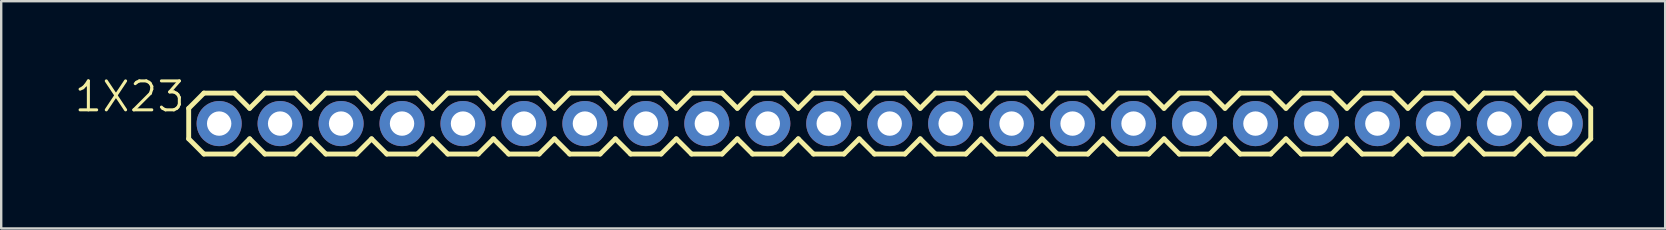
<source format=kicad_pcb>
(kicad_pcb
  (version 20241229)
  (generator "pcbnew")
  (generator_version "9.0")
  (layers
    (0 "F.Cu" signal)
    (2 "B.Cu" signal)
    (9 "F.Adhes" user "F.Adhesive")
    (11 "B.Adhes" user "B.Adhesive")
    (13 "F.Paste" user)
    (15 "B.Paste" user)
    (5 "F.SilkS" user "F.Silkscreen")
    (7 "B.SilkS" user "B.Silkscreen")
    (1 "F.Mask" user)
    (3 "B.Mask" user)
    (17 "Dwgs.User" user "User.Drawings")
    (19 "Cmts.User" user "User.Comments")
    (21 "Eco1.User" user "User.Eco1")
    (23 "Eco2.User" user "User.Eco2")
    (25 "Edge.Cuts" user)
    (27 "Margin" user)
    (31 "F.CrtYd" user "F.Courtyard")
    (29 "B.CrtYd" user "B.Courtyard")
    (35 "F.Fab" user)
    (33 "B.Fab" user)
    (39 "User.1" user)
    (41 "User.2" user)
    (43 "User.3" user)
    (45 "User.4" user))
  (footprint "1X23"
    (layer "F.Cu")
    (at 32.752 2.099)
    (property "Reference" "1X23" (at -28.016 -1.829 0) (layer "F.SilkS") (effects (font (size 1.206 1.206) (thickness 0.127)) (justify right top)))
    (attr through_hole)
    (fp_line (start -27.94 -0.635) (end -27.94 0.635) (stroke (width 0.203) (type solid)) (layer "F.SilkS"))
    (fp_line (start -27.94 -0.635) (end -27.305 -1.27) (stroke (width 0.203) (type solid)) (layer "F.SilkS"))
    (fp_line (start -27.305 -1.27) (end -26.035 -1.27) (stroke (width 0.203) (type solid)) (layer "F.SilkS"))
    (fp_line (start -27.305 1.27) (end -27.94 0.635) (stroke (width 0.203) (type solid)) (layer "F.SilkS"))
    (fp_line (start -26.035 -1.27) (end -25.4 -0.635) (stroke (width 0.203) (type solid)) (layer "F.SilkS"))
    (fp_line (start -26.035 1.27) (end -27.305 1.27) (stroke (width 0.203) (type solid)) (layer "F.SilkS"))
    (fp_line (start -25.4 -0.635) (end -24.765 -1.27) (stroke (width 0.203) (type solid)) (layer "F.SilkS"))
    (fp_line (start -25.4 0.635) (end -26.035 1.27) (stroke (width 0.203) (type solid)) (layer "F.SilkS"))
    (fp_line (start -24.765 -1.27) (end -23.495 -1.27) (stroke (width 0.203) (type solid)) (layer "F.SilkS"))
    (fp_line (start -24.765 1.27) (end -25.4 0.635) (stroke (width 0.203) (type solid)) (layer "F.SilkS"))
    (fp_line (start -23.495 -1.27) (end -22.86 -0.635) (stroke (width 0.203) (type solid)) (layer "F.SilkS"))
    (fp_line (start -23.495 1.27) (end -24.765 1.27) (stroke (width 0.203) (type solid)) (layer "F.SilkS"))
    (fp_line (start -22.86 0.635) (end -23.495 1.27) (stroke (width 0.203) (type solid)) (layer "F.SilkS"))
    (fp_line (start -22.86 0.635) (end -22.225 1.27) (stroke (width 0.203) (type solid)) (layer "F.SilkS"))
    (fp_line (start -22.225 -1.27) (end -22.86 -0.635) (stroke (width 0.203) (type solid)) (layer "F.SilkS"))
    (fp_line (start -22.225 -1.27) (end -20.955 -1.27) (stroke (width 0.203) (type solid)) (layer "F.SilkS"))
    (fp_line (start -20.955 -1.27) (end -20.32 -0.635) (stroke (width 0.203) (type solid)) (layer "F.SilkS"))
    (fp_line (start -20.955 1.27) (end -22.225 1.27) (stroke (width 0.203) (type solid)) (layer "F.SilkS"))
    (fp_line (start -20.32 -0.635) (end -19.685 -1.27) (stroke (width 0.203) (type solid)) (layer "F.SilkS"))
    (fp_line (start -20.32 0.635) (end -20.955 1.27) (stroke (width 0.203) (type solid)) (layer "F.SilkS"))
    (fp_line (start -19.685 -1.27) (end -18.415 -1.27) (stroke (width 0.203) (type solid)) (layer "F.SilkS"))
    (fp_line (start -19.685 1.27) (end -20.32 0.635) (stroke (width 0.203) (type solid)) (layer "F.SilkS"))
    (fp_line (start -18.415 -1.27) (end -17.78 -0.635) (stroke (width 0.203) (type solid)) (layer "F.SilkS"))
    (fp_line (start -18.415 1.27) (end -19.685 1.27) (stroke (width 0.203) (type solid)) (layer "F.SilkS"))
    (fp_line (start -17.78 -0.635) (end -17.145 -1.27) (stroke (width 0.203) (type solid)) (layer "F.SilkS"))
    (fp_line (start -17.78 0.635) (end -18.415 1.27) (stroke (width 0.203) (type solid)) (layer "F.SilkS"))
    (fp_line (start -17.145 -1.27) (end -15.875 -1.27) (stroke (width 0.203) (type solid)) (layer "F.SilkS"))
    (fp_line (start -17.145 1.27) (end -17.78 0.635) (stroke (width 0.203) (type solid)) (layer "F.SilkS"))
    (fp_line (start -15.875 -1.27) (end -15.24 -0.635) (stroke (width 0.203) (type solid)) (layer "F.SilkS"))
    (fp_line (start -15.875 1.27) (end -17.145 1.27) (stroke (width 0.203) (type solid)) (layer "F.SilkS"))
    (fp_line (start -15.24 0.635) (end -15.875 1.27) (stroke (width 0.203) (type solid)) (layer "F.SilkS"))
    (fp_line (start -15.24 0.635) (end -14.605 1.27) (stroke (width 0.203) (type solid)) (layer "F.SilkS"))
    (fp_line (start -14.605 -1.27) (end -15.24 -0.635) (stroke (width 0.203) (type solid)) (layer "F.SilkS"))
    (fp_line (start -14.605 -1.27) (end -13.335 -1.27) (stroke (width 0.203) (type solid)) (layer "F.SilkS"))
    (fp_line (start -13.335 -1.27) (end -12.7 -0.635) (stroke (width 0.203) (type solid)) (layer "F.SilkS"))
    (fp_line (start -13.335 1.27) (end -14.605 1.27) (stroke (width 0.203) (type solid)) (layer "F.SilkS"))
    (fp_line (start -12.7 0.635) (end -13.335 1.27) (stroke (width 0.203) (type solid)) (layer "F.SilkS"))
    (fp_line (start -12.7 0.635) (end -12.065 1.27) (stroke (width 0.203) (type solid)) (layer "F.SilkS"))
    (fp_line (start -12.065 -1.27) (end -12.7 -0.635) (stroke (width 0.203) (type solid)) (layer "F.SilkS"))
    (fp_line (start -12.065 -1.27) (end -10.795 -1.27) (stroke (width 0.203) (type solid)) (layer "F.SilkS"))
    (fp_line (start -10.795 -1.27) (end -10.16 -0.635) (stroke (width 0.203) (type solid)) (layer "F.SilkS"))
    (fp_line (start -10.795 1.27) (end -12.065 1.27) (stroke (width 0.203) (type solid)) (layer "F.SilkS"))
    (fp_line (start -10.16 -0.635) (end -9.525 -1.27) (stroke (width 0.203) (type solid)) (layer "F.SilkS"))
    (fp_line (start -10.16 0.635) (end -10.795 1.27) (stroke (width 0.203) (type solid)) (layer "F.SilkS"))
    (fp_line (start -9.525 -1.27) (end -8.255 -1.27) (stroke (width 0.203) (type solid)) (layer "F.SilkS"))
    (fp_line (start -9.525 1.27) (end -10.16 0.635) (stroke (width 0.203) (type solid)) (layer "F.SilkS"))
    (fp_line (start -8.255 -1.27) (end -7.62 -0.635) (stroke (width 0.203) (type solid)) (layer "F.SilkS"))
    (fp_line (start -8.255 1.27) (end -9.525 1.27) (stroke (width 0.203) (type solid)) (layer "F.SilkS"))
    (fp_line (start -7.62 -0.635) (end -6.985 -1.27) (stroke (width 0.203) (type solid)) (layer "F.SilkS"))
    (fp_line (start -7.62 0.635) (end -8.255 1.27) (stroke (width 0.203) (type solid)) (layer "F.SilkS"))
    (fp_line (start -6.985 -1.27) (end -5.715 -1.27) (stroke (width 0.203) (type solid)) (layer "F.SilkS"))
    (fp_line (start -6.985 1.27) (end -7.62 0.635) (stroke (width 0.203) (type solid)) (layer "F.SilkS"))
    (fp_line (start -5.715 -1.27) (end -5.08 -0.635) (stroke (width 0.203) (type solid)) (layer "F.SilkS"))
    (fp_line (start -5.715 1.27) (end -6.985 1.27) (stroke (width 0.203) (type solid)) (layer "F.SilkS"))
    (fp_line (start -5.08 0.635) (end -5.715 1.27) (stroke (width 0.203) (type solid)) (layer "F.SilkS"))
    (fp_line (start -5.08 0.635) (end -4.445 1.27) (stroke (width 0.203) (type solid)) (layer "F.SilkS"))
    (fp_line (start -4.445 -1.27) (end -5.08 -0.635) (stroke (width 0.203) (type solid)) (layer "F.SilkS"))
    (fp_line (start -4.445 -1.27) (end -3.175 -1.27) (stroke (width 0.203) (type solid)) (layer "F.SilkS"))
    (fp_line (start -3.175 -1.27) (end -2.54 -0.635) (stroke (width 0.203) (type solid)) (layer "F.SilkS"))
    (fp_line (start -3.175 1.27) (end -4.445 1.27) (stroke (width 0.203) (type solid)) (layer "F.SilkS"))
    (fp_line (start -2.54 -0.635) (end -1.905 -1.27) (stroke (width 0.203) (type solid)) (layer "F.SilkS"))
    (fp_line (start -2.54 0.635) (end -3.175 1.27) (stroke (width 0.203) (type solid)) (layer "F.SilkS"))
    (fp_line (start -1.905 -1.27) (end -0.635 -1.27) (stroke (width 0.203) (type solid)) (layer "F.SilkS"))
    (fp_line (start -1.905 1.27) (end -2.54 0.635) (stroke (width 0.203) (type solid)) (layer "F.SilkS"))
    (fp_line (start -0.635 -1.27) (end 0 -0.635) (stroke (width 0.203) (type solid)) (layer "F.SilkS"))
    (fp_line (start -0.635 1.27) (end -1.905 1.27) (stroke (width 0.203) (type solid)) (layer "F.SilkS"))
    (fp_line (start 0 -0.635) (end 0.635 -1.27) (stroke (width 0.203) (type solid)) (layer "F.SilkS"))
    (fp_line (start 0 0.635) (end -0.635 1.27) (stroke (width 0.203) (type solid)) (layer "F.SilkS"))
    (fp_line (start 0.635 -1.27) (end 1.905 -1.27) (stroke (width 0.203) (type solid)) (layer "F.SilkS"))
    (fp_line (start 0.635 1.27) (end 0 0.635) (stroke (width 0.203) (type solid)) (layer "F.SilkS"))
    (fp_line (start 1.905 -1.27) (end 2.54 -0.635) (stroke (width 0.203) (type solid)) (layer "F.SilkS"))
    (fp_line (start 1.905 1.27) (end 0.635 1.27) (stroke (width 0.203) (type solid)) (layer "F.SilkS"))
    (fp_line (start 2.54 0.635) (end 1.905 1.27) (stroke (width 0.203) (type solid)) (layer "F.SilkS"))
    (fp_line (start 2.54 0.635) (end 3.175 1.27) (stroke (width 0.203) (type solid)) (layer "F.SilkS"))
    (fp_line (start 3.175 -1.27) (end 2.54 -0.635) (stroke (width 0.203) (type solid)) (layer "F.SilkS"))
    (fp_line (start 3.175 -1.27) (end 4.445 -1.27) (stroke (width 0.203) (type solid)) (layer "F.SilkS"))
    (fp_line (start 4.445 -1.27) (end 5.08 -0.635) (stroke (width 0.203) (type solid)) (layer "F.SilkS"))
    (fp_line (start 4.445 1.27) (end 3.175 1.27) (stroke (width 0.203) (type solid)) (layer "F.SilkS"))
    (fp_line (start 5.08 0.635) (end 4.445 1.27) (stroke (width 0.203) (type solid)) (layer "F.SilkS"))
    (fp_line (start 5.08 0.635) (end 5.715 1.27) (stroke (width 0.203) (type solid)) (layer "F.SilkS"))
    (fp_line (start 5.715 -1.27) (end 5.08 -0.635) (stroke (width 0.203) (type solid)) (layer "F.SilkS"))
    (fp_line (start 5.715 -1.27) (end 6.985 -1.27) (stroke (width 0.203) (type solid)) (layer "F.SilkS"))
    (fp_line (start 6.985 -1.27) (end 7.62 -0.635) (stroke (width 0.203) (type solid)) (layer "F.SilkS"))
    (fp_line (start 6.985 1.27) (end 5.715 1.27) (stroke (width 0.203) (type solid)) (layer "F.SilkS"))
    (fp_line (start 7.62 0.635) (end 6.985 1.27) (stroke (width 0.203) (type solid)) (layer "F.SilkS"))
    (fp_line (start 7.62 0.635) (end 8.255 1.27) (stroke (width 0.203) (type solid)) (layer "F.SilkS"))
    (fp_line (start 8.255 -1.27) (end 7.62 -0.635) (stroke (width 0.203) (type solid)) (layer "F.SilkS"))
    (fp_line (start 8.255 -1.27) (end 9.525 -1.27) (stroke (width 0.203) (type solid)) (layer "F.SilkS"))
    (fp_line (start 9.525 -1.27) (end 10.16 -0.635) (stroke (width 0.203) (type solid)) (layer "F.SilkS"))
    (fp_line (start 9.525 1.27) (end 8.255 1.27) (stroke (width 0.203) (type solid)) (layer "F.SilkS"))
    (fp_line (start 10.16 0.635) (end 9.525 1.27) (stroke (width 0.203) (type solid)) (layer "F.SilkS"))
    (fp_line (start 10.16 0.635) (end 10.795 1.27) (stroke (width 0.203) (type solid)) (layer "F.SilkS"))
    (fp_line (start 10.795 -1.27) (end 10.16 -0.635) (stroke (width 0.203) (type solid)) (layer "F.SilkS"))
    (fp_line (start 10.795 -1.27) (end 12.065 -1.27) (stroke (width 0.203) (type solid)) (layer "F.SilkS"))
    (fp_line (start 12.065 -1.27) (end 12.7 -0.635) (stroke (width 0.203) (type solid)) (layer "F.SilkS"))
    (fp_line (start 12.065 1.27) (end 10.795 1.27) (stroke (width 0.203) (type solid)) (layer "F.SilkS"))
    (fp_line (start 12.7 0.635) (end 12.065 1.27) (stroke (width 0.203) (type solid)) (layer "F.SilkS"))
    (fp_line (start 12.7 0.635) (end 13.335 1.27) (stroke (width 0.203) (type solid)) (layer "F.SilkS"))
    (fp_line (start 13.335 -1.27) (end 12.7 -0.635) (stroke (width 0.203) (type solid)) (layer "F.SilkS"))
    (fp_line (start 13.335 -1.27) (end 14.605 -1.27) (stroke (width 0.203) (type solid)) (layer "F.SilkS"))
    (fp_line (start 14.605 -1.27) (end 15.24 -0.635) (stroke (width 0.203) (type solid)) (layer "F.SilkS"))
    (fp_line (start 14.605 1.27) (end 13.335 1.27) (stroke (width 0.203) (type solid)) (layer "F.SilkS"))
    (fp_line (start 15.24 0.635) (end 14.605 1.27) (stroke (width 0.203) (type solid)) (layer "F.SilkS"))
    (fp_line (start 15.24 0.635) (end 15.875 1.27) (stroke (width 0.203) (type solid)) (layer "F.SilkS"))
    (fp_line (start 15.875 -1.27) (end 15.24 -0.635) (stroke (width 0.203) (type solid)) (layer "F.SilkS"))
    (fp_line (start 15.875 -1.27) (end 17.145 -1.27) (stroke (width 0.203) (type solid)) (layer "F.SilkS"))
    (fp_line (start 17.145 -1.27) (end 17.78 -0.635) (stroke (width 0.203) (type solid)) (layer "F.SilkS"))
    (fp_line (start 17.145 1.27) (end 15.875 1.27) (stroke (width 0.203) (type solid)) (layer "F.SilkS"))
    (fp_line (start 17.78 0.635) (end 17.145 1.27) (stroke (width 0.203) (type solid)) (layer "F.SilkS"))
    (fp_line (start 17.78 0.635) (end 18.415 1.27) (stroke (width 0.203) (type solid)) (layer "F.SilkS"))
    (fp_line (start 18.415 -1.27) (end 17.78 -0.635) (stroke (width 0.203) (type solid)) (layer "F.SilkS"))
    (fp_line (start 18.415 -1.27) (end 19.685 -1.27) (stroke (width 0.203) (type solid)) (layer "F.SilkS"))
    (fp_line (start 19.685 -1.27) (end 20.32 -0.635) (stroke (width 0.203) (type solid)) (layer "F.SilkS"))
    (fp_line (start 19.685 1.27) (end 18.415 1.27) (stroke (width 0.203) (type solid)) (layer "F.SilkS"))
    (fp_line (start 20.32 0.635) (end 19.685 1.27) (stroke (width 0.203) (type solid)) (layer "F.SilkS"))
    (fp_line (start 20.32 0.635) (end 20.955 1.27) (stroke (width 0.203) (type solid)) (layer "F.SilkS"))
    (fp_line (start 20.955 -1.27) (end 20.32 -0.635) (stroke (width 0.203) (type solid)) (layer "F.SilkS"))
    (fp_line (start 20.955 -1.27) (end 22.225 -1.27) (stroke (width 0.203) (type solid)) (layer "F.SilkS"))
    (fp_line (start 22.225 -1.27) (end 22.86 -0.635) (stroke (width 0.203) (type solid)) (layer "F.SilkS"))
    (fp_line (start 22.225 1.27) (end 20.955 1.27) (stroke (width 0.203) (type solid)) (layer "F.SilkS"))
    (fp_line (start 22.86 0.635) (end 22.225 1.27) (stroke (width 0.203) (type solid)) (layer "F.SilkS"))
    (fp_line (start 22.86 0.635) (end 23.495 1.27) (stroke (width 0.203) (type solid)) (layer "F.SilkS"))
    (fp_line (start 23.495 -1.27) (end 22.86 -0.635) (stroke (width 0.203) (type solid)) (layer "F.SilkS"))
    (fp_line (start 23.495 -1.27) (end 24.765 -1.27) (stroke (width 0.203) (type solid)) (layer "F.SilkS"))
    (fp_line (start 24.765 -1.27) (end 25.4 -0.635) (stroke (width 0.203) (type solid)) (layer "F.SilkS"))
    (fp_line (start 24.765 1.27) (end 23.495 1.27) (stroke (width 0.203) (type solid)) (layer "F.SilkS"))
    (fp_line (start 25.4 0.635) (end 24.765 1.27) (stroke (width 0.203) (type solid)) (layer "F.SilkS"))
    (fp_line (start 25.4 0.635) (end 26.035 1.27) (stroke (width 0.203) (type solid)) (layer "F.SilkS"))
    (fp_line (start 26.035 -1.27) (end 25.4 -0.635) (stroke (width 0.203) (type solid)) (layer "F.SilkS"))
    (fp_line (start 26.035 -1.27) (end 27.305 -1.27) (stroke (width 0.203) (type solid)) (layer "F.SilkS"))
    (fp_line (start 27.305 -1.27) (end 27.94 -0.635) (stroke (width 0.203) (type solid)) (layer "F.SilkS"))
    (fp_line (start 27.305 1.27) (end 26.035 1.27) (stroke (width 0.203) (type solid)) (layer "F.SilkS"))
    (fp_line (start 27.94 0.635) (end 27.305 1.27) (stroke (width 0.203) (type solid)) (layer "F.SilkS"))
    (fp_line (start 27.94 0.635) (end 28.575 1.27) (stroke (width 0.203) (type solid)) (layer "F.SilkS"))
    (fp_line (start 28.575 -1.27) (end 27.94 -0.635) (stroke (width 0.203) (type solid)) (layer "F.SilkS"))
    (fp_line (start 28.575 -1.27) (end 29.845 -1.27) (stroke (width 0.203) (type solid)) (layer "F.SilkS"))
    (fp_line (start 29.845 -1.27) (end 30.48 -0.635) (stroke (width 0.203) (type solid)) (layer "F.SilkS"))
    (fp_line (start 29.845 1.27) (end 28.575 1.27) (stroke (width 0.203) (type solid)) (layer "F.SilkS"))
    (fp_line (start 30.48 -0.635) (end 30.48 0.635) (stroke (width 0.203) (type solid)) (layer "F.SilkS"))
    (fp_line (start 30.48 0.635) (end 29.845 1.27) (stroke (width 0.203) (type solid)) (layer "F.SilkS"))
    (fp_poly (pts (xy -26.924 0.254) (xy -26.416 0.254) (xy -26.416 -0.254) (xy -26.924 -0.254)) (stroke (width 0.1) (type solid)) (fill no) (layer "F.Fab"))
    (fp_poly (pts (xy -24.384 0.254) (xy -23.876 0.254) (xy -23.876 -0.254) (xy -24.384 -0.254)) (stroke (width 0.1) (type solid)) (fill no) (layer "F.Fab"))
    (fp_poly (pts (xy -21.844 0.254) (xy -21.336 0.254) (xy -21.336 -0.254) (xy -21.844 -0.254)) (stroke (width 0.1) (type solid)) (fill no) (layer "F.Fab"))
    (fp_poly (pts (xy -19.304 0.254) (xy -18.796 0.254) (xy -18.796 -0.254) (xy -19.304 -0.254)) (stroke (width 0.1) (type solid)) (fill no) (layer "F.Fab"))
    (fp_poly (pts (xy -16.764 0.254) (xy -16.256 0.254) (xy -16.256 -0.254) (xy -16.764 -0.254)) (stroke (width 0.1) (type solid)) (fill no) (layer "F.Fab"))
    (fp_poly (pts (xy -14.224 0.254) (xy -13.716 0.254) (xy -13.716 -0.254) (xy -14.224 -0.254)) (stroke (width 0.1) (type solid)) (fill no) (layer "F.Fab"))
    (fp_poly (pts (xy -11.684 0.254) (xy -11.176 0.254) (xy -11.176 -0.254) (xy -11.684 -0.254)) (stroke (width 0.1) (type solid)) (fill no) (layer "F.Fab"))
    (fp_poly (pts (xy -9.144 0.254) (xy -8.636 0.254) (xy -8.636 -0.254) (xy -9.144 -0.254)) (stroke (width 0.1) (type solid)) (fill no) (layer "F.Fab"))
    (fp_poly (pts (xy -6.604 0.254) (xy -6.096 0.254) (xy -6.096 -0.254) (xy -6.604 -0.254)) (stroke (width 0.1) (type solid)) (fill no) (layer "F.Fab"))
    (fp_poly (pts (xy -4.064 0.254) (xy -3.556 0.254) (xy -3.556 -0.254) (xy -4.064 -0.254)) (stroke (width 0.1) (type solid)) (fill no) (layer "F.Fab"))
    (fp_poly (pts (xy -1.524 0.254) (xy -1.016 0.254) (xy -1.016 -0.254) (xy -1.524 -0.254)) (stroke (width 0.1) (type solid)) (fill no) (layer "F.Fab"))
    (fp_poly (pts (xy 1.016 0.254) (xy 1.524 0.254) (xy 1.524 -0.254) (xy 1.016 -0.254)) (stroke (width 0.1) (type solid)) (fill no) (layer "F.Fab"))
    (fp_poly (pts (xy 3.556 0.254) (xy 4.064 0.254) (xy 4.064 -0.254) (xy 3.556 -0.254)) (stroke (width 0.1) (type solid)) (fill no) (layer "F.Fab"))
    (fp_poly (pts (xy 6.096 0.254) (xy 6.604 0.254) (xy 6.604 -0.254) (xy 6.096 -0.254)) (stroke (width 0.1) (type solid)) (fill no) (layer "F.Fab"))
    (fp_poly (pts (xy 8.636 0.254) (xy 9.144 0.254) (xy 9.144 -0.254) (xy 8.636 -0.254)) (stroke (width 0.1) (type solid)) (fill no) (layer "F.Fab"))
    (fp_poly (pts (xy 11.176 0.254) (xy 11.684 0.254) (xy 11.684 -0.254) (xy 11.176 -0.254)) (stroke (width 0.1) (type solid)) (fill no) (layer "F.Fab"))
    (fp_poly (pts (xy 13.716 0.254) (xy 14.224 0.254) (xy 14.224 -0.254) (xy 13.716 -0.254)) (stroke (width 0.1) (type solid)) (fill no) (layer "F.Fab"))
    (fp_poly (pts (xy 16.256 0.254) (xy 16.764 0.254) (xy 16.764 -0.254) (xy 16.256 -0.254)) (stroke (width 0.1) (type solid)) (fill no) (layer "F.Fab"))
    (fp_poly (pts (xy 18.796 0.254) (xy 19.304 0.254) (xy 19.304 -0.254) (xy 18.796 -0.254)) (stroke (width 0.1) (type solid)) (fill no) (layer "F.Fab"))
    (fp_poly (pts (xy 21.336 0.254) (xy 21.844 0.254) (xy 21.844 -0.254) (xy 21.336 -0.254)) (stroke (width 0.1) (type solid)) (fill no) (layer "F.Fab"))
    (fp_poly (pts (xy 23.876 0.254) (xy 24.384 0.254) (xy 24.384 -0.254) (xy 23.876 -0.254)) (stroke (width 0.1) (type solid)) (fill no) (layer "F.Fab"))
    (fp_poly (pts (xy 26.416 0.254) (xy 26.924 0.254) (xy 26.924 -0.254) (xy 26.416 -0.254)) (stroke (width 0.1) (type solid)) (fill no) (layer "F.Fab"))
    (fp_poly (pts (xy 28.956 0.254) (xy 29.464 0.254) (xy 29.464 -0.254) (xy 28.956 -0.254)) (stroke (width 0.1) (type solid)) (fill no) (layer "F.Fab"))
    (pad "2" thru_hole circle (at -26.67 0 90) (size 1.88 1.88) (drill 1.016) (layers "*.Cu" "*.Mask"))
    (pad "3" thru_hole circle (at -24.13 0 90) (size 1.88 1.88) (drill 1.016) (layers "*.Cu" "*.Mask"))
    (pad "4" thru_hole circle (at -21.59 0 90) (size 1.88 1.88) (drill 1.016) (layers "*.Cu" "*.Mask"))
    (pad "5" thru_hole circle (at -19.05 0 90) (size 1.88 1.88) (drill 1.016) (layers "*.Cu" "*.Mask"))
    (pad "6" thru_hole circle (at -16.51 0 90) (size 1.88 1.88) (drill 1.016) (layers "*.Cu" "*.Mask"))
    (pad "7" thru_hole circle (at -13.97 0 90) (size 1.88 1.88) (drill 1.016) (layers "*.Cu" "*.Mask"))
    (pad "8" thru_hole circle (at -11.43 0 90) (size 1.88 1.88) (drill 1.016) (layers "*.Cu" "*.Mask"))
    (pad "9" thru_hole circle (at -8.89 0 90) (size 1.88 1.88) (drill 1.016) (layers "*.Cu" "*.Mask"))
    (pad "10" thru_hole circle (at -6.35 0 90) (size 1.88 1.88) (drill 1.016) (layers "*.Cu" "*.Mask"))
    (pad "11" thru_hole circle (at -3.81 0 90) (size 1.88 1.88) (drill 1.016) (layers "*.Cu" "*.Mask"))
    (pad "12" thru_hole circle (at -1.27 0 90) (size 1.88 1.88) (drill 1.016) (layers "*.Cu" "*.Mask"))
    (pad "13" thru_hole circle (at 1.27 0 90) (size 1.88 1.88) (drill 1.016) (layers "*.Cu" "*.Mask"))
    (pad "14" thru_hole circle (at 3.81 0 90) (size 1.88 1.88) (drill 1.016) (layers "*.Cu" "*.Mask"))
    (pad "15" thru_hole circle (at 6.35 0 90) (size 1.88 1.88) (drill 1.016) (layers "*.Cu" "*.Mask"))
    (pad "16" thru_hole circle (at 8.89 0 90) (size 1.88 1.88) (drill 1.016) (layers "*.Cu" "*.Mask"))
    (pad "17" thru_hole circle (at 11.43 0 90) (size 1.88 1.88) (drill 1.016) (layers "*.Cu" "*.Mask"))
    (pad "18" thru_hole circle (at 13.97 0 90) (size 1.88 1.88) (drill 1.016) (layers "*.Cu" "*.Mask"))
    (pad "19" thru_hole circle (at 16.51 0 90) (size 1.88 1.88) (drill 1.016) (layers "*.Cu" "*.Mask"))
    (pad "20" thru_hole circle (at 19.05 0 90) (size 1.88 1.88) (drill 1.016) (layers "*.Cu" "*.Mask"))
    (pad "21" thru_hole circle (at 21.59 0 90) (size 1.88 1.88) (drill 1.016) (layers "*.Cu" "*.Mask"))
    (pad "22" thru_hole circle (at 24.13 0 90) (size 1.88 1.88) (drill 1.016) (layers "*.Cu" "*.Mask"))
    (pad "23" thru_hole circle (at 26.67 0 90) (size 1.88 1.88) (drill 1.016) (layers "*.Cu" "*.Mask"))
    (pad "24" thru_hole circle (at 29.21 0 90) (size 1.88 1.88) (drill 1.016) (layers "*.Cu" "*.Mask")))
  (gr_rect
    (start -3 -3)
    (end 66.334 6.47)
    (stroke (width 0.1) (type default))
    (fill no)
    (layer "Edge.Cuts")))
</source>
